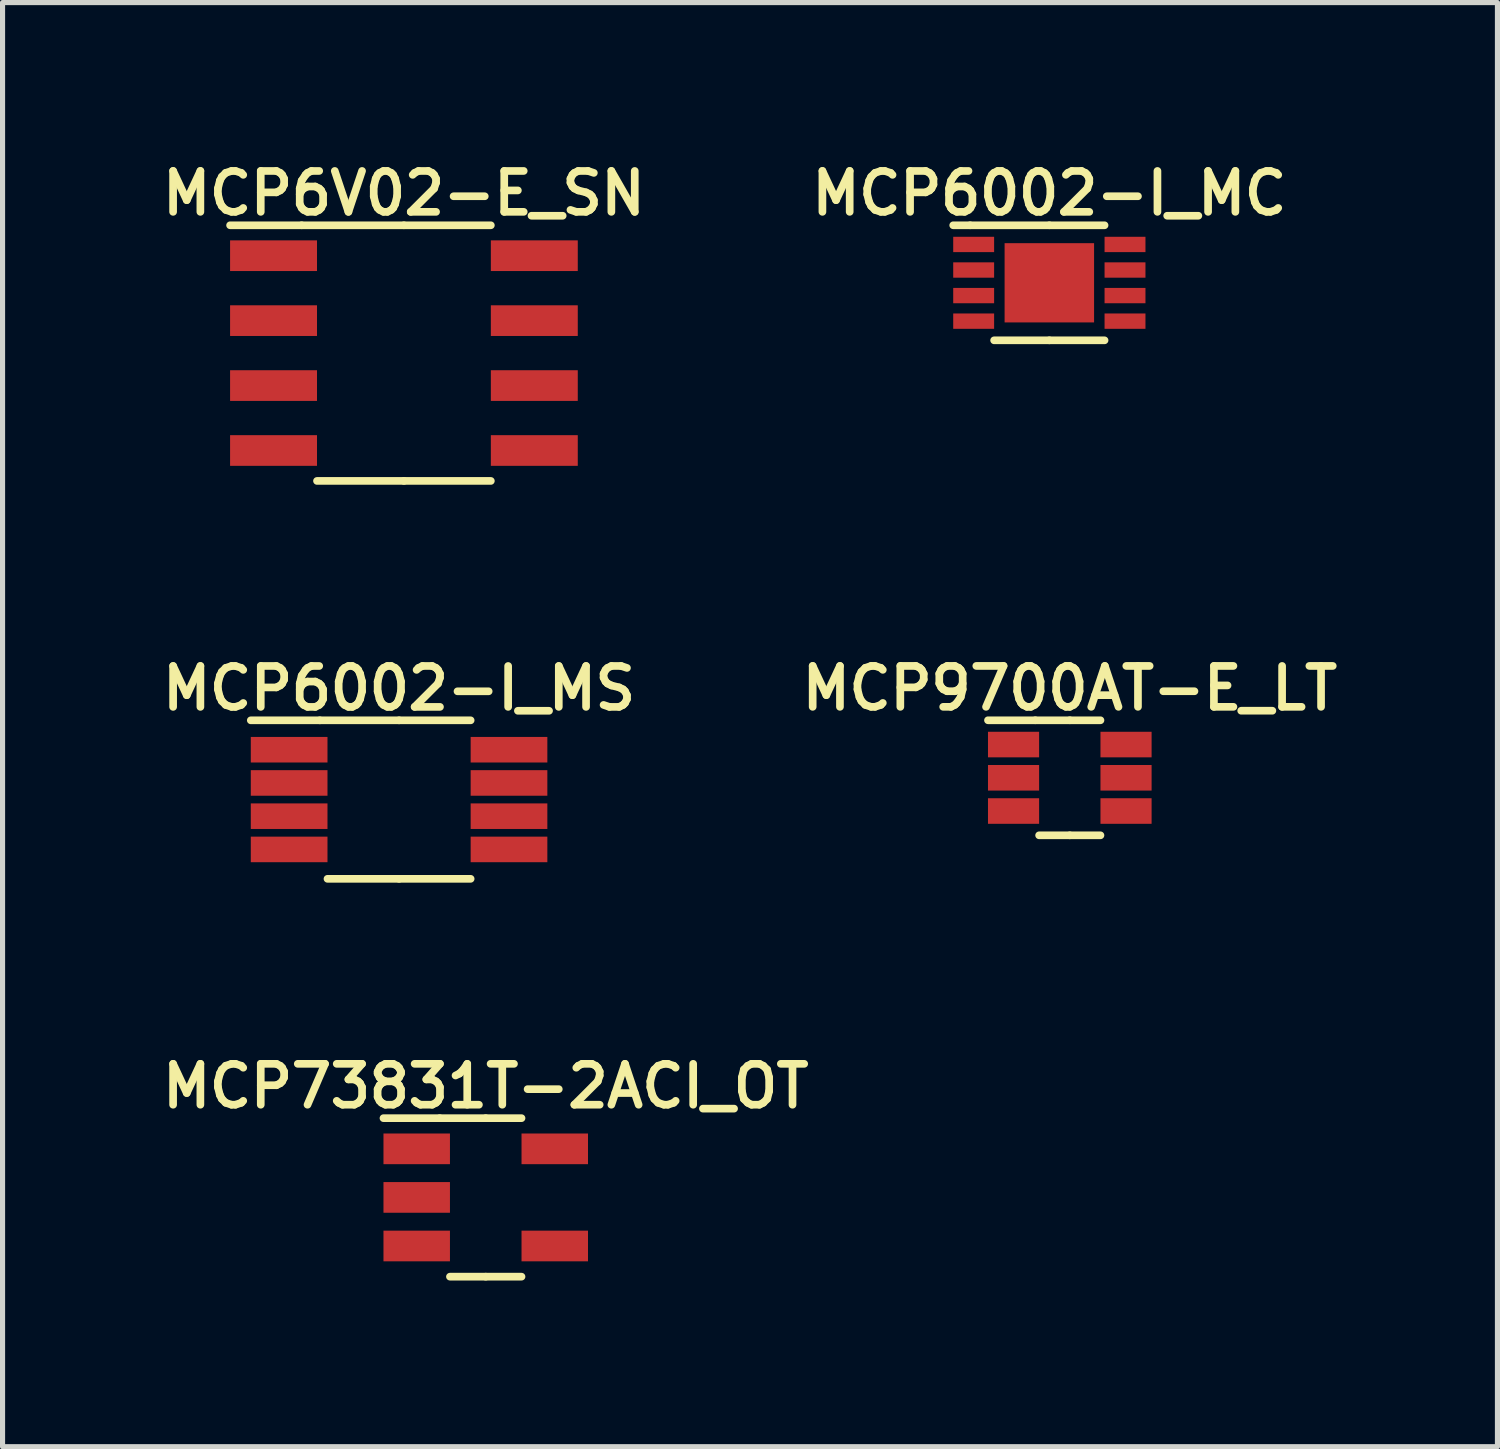
<source format=kicad_pcb>
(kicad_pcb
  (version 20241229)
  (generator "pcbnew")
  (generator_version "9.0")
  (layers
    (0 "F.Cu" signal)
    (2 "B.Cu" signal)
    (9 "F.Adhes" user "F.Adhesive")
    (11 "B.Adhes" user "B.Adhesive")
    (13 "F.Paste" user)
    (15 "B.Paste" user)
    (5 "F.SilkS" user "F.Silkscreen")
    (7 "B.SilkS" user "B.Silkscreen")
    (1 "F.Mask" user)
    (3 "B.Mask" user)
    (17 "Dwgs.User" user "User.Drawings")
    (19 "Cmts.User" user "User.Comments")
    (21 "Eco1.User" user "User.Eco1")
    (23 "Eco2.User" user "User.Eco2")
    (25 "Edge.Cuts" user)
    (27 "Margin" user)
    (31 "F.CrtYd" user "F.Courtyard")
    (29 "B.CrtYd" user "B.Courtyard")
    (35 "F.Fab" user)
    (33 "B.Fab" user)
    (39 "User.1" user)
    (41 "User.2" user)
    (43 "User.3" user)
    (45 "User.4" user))
  (footprint "MCP6V02-E_SN"
    (layer "F.Cu")
    (at 4.85 3.856)
    (property "Reference" "MCP6V02-E_SN" (at 0 -3.125 0) (layer "F.SilkS") (effects (font (size 0.8 0.8) (thickness 0.15))))
    (attr through_hole)
    (fp_line (start -2 -2.5) (end -3.4 -2.5) (stroke (width 0.15) (type solid)) (layer "F.SilkS"))
    (fp_line (start -2 -2.5) (end 0 -2.5) (stroke (width 0.15) (type solid)) (layer "F.SilkS"))
    (fp_line (start -1.7 2.5) (end 0 2.5) (stroke (width 0.15) (type solid)) (layer "F.SilkS"))
    (fp_line (start 1.7 -2.5) (end 0 -2.5) (stroke (width 0.15) (type solid)) (layer "F.SilkS"))
    (fp_line (start 1.7 2.5) (end 0 2.5) (stroke (width 0.15) (type solid)) (layer "F.SilkS"))
    (fp_line (start -2 2.5) (end -2 -2) (stroke (width 0.15) (type solid)) (layer "Eco1.User"))
    (fp_line (start -1.5 -2.5) (end -2 -2) (stroke (width 0.15) (type solid)) (layer "Eco1.User"))
    (fp_line (start -1.5 -2.5) (end 2 -2.5) (stroke (width 0.15) (type solid)) (layer "Eco1.User"))
    (fp_line (start 2 -2.5) (end 2 2.5) (stroke (width 0.15) (type solid)) (layer "Eco1.User"))
    (fp_line (start 2 2.5) (end -2 2.5) (stroke (width 0.15) (type solid)) (layer "Eco1.User"))
    (fp_line (start -3.65 -2.75) (end -3.65 2.75) (stroke (width 0.15) (type solid)) (layer "Eco2.User"))
    (fp_line (start -3.65 2.75) (end 3.65 2.75) (stroke (width 0.15) (type solid)) (layer "Eco2.User"))
    (fp_line (start 3.65 -2.75) (end -3.65 -2.75) (stroke (width 0.15) (type solid)) (layer "Eco2.User"))
    (fp_line (start 3.65 2.75) (end 3.65 -2.75) (stroke (width 0.15) (type solid)) (layer "Eco2.User"))
    (pad "1" smd rect (at -2.55 -1.905) (size 1.7 0.6) (layers "F.Cu" "F.Mask" "F.Paste"))
    (pad "2" smd rect (at -2.55 -0.635) (size 1.7 0.6) (layers "F.Cu" "F.Mask" "F.Paste"))
    (pad "3" smd rect (at -2.55 0.635) (size 1.7 0.6) (layers "F.Cu" "F.Mask" "F.Paste"))
    (pad "4" smd rect (at -2.55 1.905) (size 1.7 0.6) (layers "F.Cu" "F.Mask" "F.Paste"))
    (pad "5" smd rect (at 2.55 1.905) (size 1.7 0.6) (layers "F.Cu" "F.Mask" "F.Paste"))
    (pad "6" smd rect (at 2.55 0.635) (size 1.7 0.6) (layers "F.Cu" "F.Mask" "F.Paste"))
    (pad "7" smd rect (at 2.55 -0.635) (size 1.7 0.6) (layers "F.Cu" "F.Mask" "F.Paste"))
    (pad "8" smd rect (at 2.55 -1.905) (size 1.7 0.6) (layers "F.Cu" "F.Mask" "F.Paste")))
  (footprint "MCP6002-I_MC"
    (layer "F.Cu")
    (at 17.473 2.481)
    (property "Reference" "MCP6002-I_MC" (at 0 -1.75 0) (layer "F.SilkS") (effects (font (size 0.8 0.8) (thickness 0.15))))
    (attr through_hole)
    (fp_line (start -1.55 -1.125) (end -1.88 -1.125) (stroke (width 0.15) (type solid)) (layer "F.SilkS"))
    (fp_line (start -1.55 -1.125) (end 0 -1.125) (stroke (width 0.15) (type solid)) (layer "F.SilkS"))
    (fp_line (start -1.08 1.125) (end 0 1.125) (stroke (width 0.15) (type solid)) (layer "F.SilkS"))
    (fp_line (start 1.08 -1.125) (end 0 -1.125) (stroke (width 0.15) (type solid)) (layer "F.SilkS"))
    (fp_line (start 1.08 1.125) (end 0 1.125) (stroke (width 0.15) (type solid)) (layer "F.SilkS"))
    (fp_line (start -1.55 1.05) (end -1.55 -0.55) (stroke (width 0.15) (type solid)) (layer "Eco1.User"))
    (fp_line (start -1.05 -1.05) (end -1.55 -0.55) (stroke (width 0.15) (type solid)) (layer "Eco1.User"))
    (fp_line (start -1.05 -1.05) (end 1.55 -1.05) (stroke (width 0.15) (type solid)) (layer "Eco1.User"))
    (fp_line (start 1.55 -1.05) (end 1.55 1.05) (stroke (width 0.15) (type solid)) (layer "Eco1.User"))
    (fp_line (start 1.55 1.05) (end -1.55 1.05) (stroke (width 0.15) (type solid)) (layer "Eco1.User"))
    (fp_line (start -2.15 -1.3) (end -2.15 1.3) (stroke (width 0.15) (type solid)) (layer "Eco2.User"))
    (fp_line (start -2.15 1.3) (end 2.15 1.3) (stroke (width 0.15) (type solid)) (layer "Eco2.User"))
    (fp_line (start 2.15 -1.3) (end -2.15 -1.3) (stroke (width 0.15) (type solid)) (layer "Eco2.User"))
    (fp_line (start 2.15 1.3) (end 2.15 -1.3) (stroke (width 0.15) (type solid)) (layer "Eco2.User"))
    (pad "1" smd rect (at -1.48 -0.75) (size 0.8 0.3) (layers "F.Cu" "F.Mask" "F.Paste"))
    (pad "2" smd rect (at -1.48 -0.25) (size 0.8 0.3) (layers "F.Cu" "F.Mask" "F.Paste"))
    (pad "3" smd rect (at -1.48 0.25) (size 0.8 0.3) (layers "F.Cu" "F.Mask" "F.Paste"))
    (pad "4" smd rect (at -1.48 0.75) (size 0.8 0.3) (layers "F.Cu" "F.Mask" "F.Paste"))
    (pad "5" smd rect (at 1.48 0.75) (size 0.8 0.3) (layers "F.Cu" "F.Mask" "F.Paste"))
    (pad "6" smd rect (at 1.48 0.25) (size 0.8 0.3) (layers "F.Cu" "F.Mask" "F.Paste"))
    (pad "7" smd rect (at 1.48 -0.25) (size 0.8 0.3) (layers "F.Cu" "F.Mask" "F.Paste"))
    (pad "8" smd rect (at 1.48 -0.75) (size 0.8 0.3) (layers "F.Cu" "F.Mask" "F.Paste"))
    (pad "9" smd rect (at 0 0) (size 1.75 1.55) (layers "F.Cu" "F.Mask" "F.Paste")))
  (footprint "MCP73831T-2ACI_OT"
    (layer "F.Cu")
    (at 6.45 20.369)
    (property "Reference" "MCP73831T-2ACI_OT" (at 0 -2.175 0) (layer "F.SilkS") (effects (font (size 0.8 0.8) (thickness 0.15))))
    (attr through_hole)
    (fp_line (start -0.9 -1.55) (end -2 -1.55) (stroke (width 0.15) (type solid)) (layer "F.SilkS"))
    (fp_line (start -0.9 -1.55) (end 0 -1.55) (stroke (width 0.15) (type solid)) (layer "F.SilkS"))
    (fp_line (start -0.7 1.55) (end 0 1.55) (stroke (width 0.15) (type solid)) (layer "F.SilkS"))
    (fp_line (start 0.7 -1.55) (end 0 -1.55) (stroke (width 0.15) (type solid)) (layer "F.SilkS"))
    (fp_line (start 0.7 1.55) (end 0 1.55) (stroke (width 0.15) (type solid)) (layer "F.SilkS"))
    (fp_line (start -0.9 1.55) (end -0.9 -1.05) (stroke (width 0.15) (type solid)) (layer "Eco1.User"))
    (fp_line (start -0.4 -1.55) (end -0.9 -1.05) (stroke (width 0.15) (type solid)) (layer "Eco1.User"))
    (fp_line (start -0.4 -1.55) (end 0.9 -1.55) (stroke (width 0.15) (type solid)) (layer "Eco1.User"))
    (fp_line (start 0.9 -1.55) (end 0.9 1.55) (stroke (width 0.15) (type solid)) (layer "Eco1.User"))
    (fp_line (start 0.9 1.55) (end -0.9 1.55) (stroke (width 0.15) (type solid)) (layer "Eco1.User"))
    (fp_line (start -2.25 -1.8) (end -2.25 1.8) (stroke (width 0.15) (type solid)) (layer "Eco2.User"))
    (fp_line (start -2.25 1.8) (end 2.25 1.8) (stroke (width 0.15) (type solid)) (layer "Eco2.User"))
    (fp_line (start 2.25 -1.8) (end -2.25 -1.8) (stroke (width 0.15) (type solid)) (layer "Eco2.User"))
    (fp_line (start 2.25 1.8) (end 2.25 -1.8) (stroke (width 0.15) (type solid)) (layer "Eco2.User"))
    (pad "1" smd rect (at -1.35 -0.95) (size 1.3 0.6) (layers "F.Cu" "F.Mask" "F.Paste"))
    (pad "2" smd rect (at -1.35 0) (size 1.3 0.6) (layers "F.Cu" "F.Mask" "F.Paste"))
    (pad "3" smd rect (at -1.35 0.95) (size 1.3 0.6) (layers "F.Cu" "F.Mask" "F.Paste"))
    (pad "4" smd rect (at 1.35 0.95) (size 1.3 0.6) (layers "F.Cu" "F.Mask" "F.Paste"))
    (pad "5" smd rect (at 1.35 -0.95) (size 1.3 0.6) (layers "F.Cu" "F.Mask" "F.Paste")))
  (footprint "MCP6002-I_MS"
    (layer "F.Cu")
    (at 4.755 12.588)
    (property "Reference" "MCP6002-I_MS" (at 0 -2.175 0) (layer "F.SilkS") (effects (font (size 0.8 0.8) (thickness 0.15))))
    (attr through_hole)
    (fp_line (start -1.55 -1.55) (end -2.9 -1.55) (stroke (width 0.15) (type solid)) (layer "F.SilkS"))
    (fp_line (start -1.55 -1.55) (end 0 -1.55) (stroke (width 0.15) (type solid)) (layer "F.SilkS"))
    (fp_line (start -1.4 1.55) (end 0 1.55) (stroke (width 0.15) (type solid)) (layer "F.SilkS"))
    (fp_line (start 1.4 -1.55) (end 0 -1.55) (stroke (width 0.15) (type solid)) (layer "F.SilkS"))
    (fp_line (start 1.4 1.55) (end 0 1.55) (stroke (width 0.15) (type solid)) (layer "F.SilkS"))
    (fp_line (start -1.55 1.55) (end -1.55 -1.05) (stroke (width 0.15) (type solid)) (layer "Eco1.User"))
    (fp_line (start -1.05 -1.55) (end -1.55 -1.05) (stroke (width 0.15) (type solid)) (layer "Eco1.User"))
    (fp_line (start -1.05 -1.55) (end 1.55 -1.55) (stroke (width 0.15) (type solid)) (layer "Eco1.User"))
    (fp_line (start 1.55 -1.55) (end 1.55 1.55) (stroke (width 0.15) (type solid)) (layer "Eco1.User"))
    (fp_line (start 1.55 1.55) (end -1.55 1.55) (stroke (width 0.15) (type solid)) (layer "Eco1.User"))
    (fp_line (start -3.15 -1.8) (end -3.15 1.8) (stroke (width 0.15) (type solid)) (layer "Eco2.User"))
    (fp_line (start -3.15 1.8) (end 3.15 1.8) (stroke (width 0.15) (type solid)) (layer "Eco2.User"))
    (fp_line (start 3.15 -1.8) (end -3.15 -1.8) (stroke (width 0.15) (type solid)) (layer "Eco2.User"))
    (fp_line (start 3.15 1.8) (end 3.15 -1.8) (stroke (width 0.15) (type solid)) (layer "Eco2.User"))
    (pad "1" smd rect (at -2.15 -0.975) (size 1.5 0.5) (layers "F.Cu" "F.Mask" "F.Paste"))
    (pad "2" smd rect (at -2.15 -0.325) (size 1.5 0.5) (layers "F.Cu" "F.Mask" "F.Paste"))
    (pad "3" smd rect (at -2.15 0.325) (size 1.5 0.5) (layers "F.Cu" "F.Mask" "F.Paste"))
    (pad "4" smd rect (at -2.15 0.975) (size 1.5 0.5) (layers "F.Cu" "F.Mask" "F.Paste"))
    (pad "5" smd rect (at 2.15 0.975) (size 1.5 0.5) (layers "F.Cu" "F.Mask" "F.Paste"))
    (pad "6" smd rect (at 2.15 0.325) (size 1.5 0.5) (layers "F.Cu" "F.Mask" "F.Paste"))
    (pad "7" smd rect (at 2.15 -0.325) (size 1.5 0.5) (layers "F.Cu" "F.Mask" "F.Paste"))
    (pad "8" smd rect (at 2.15 -0.975) (size 1.5 0.5) (layers "F.Cu" "F.Mask" "F.Paste")))
  (footprint "MCP9700AT-E_LT"
    (layer "F.Cu")
    (at 17.873 12.162)
    (property "Reference" "MCP9700AT-E_LT" (at 0 -1.75 0) (layer "F.SilkS") (effects (font (size 0.8 0.8) (thickness 0.15))))
    (attr through_hole)
    (fp_line (start -0.675 -1.125) (end -1.6 -1.125) (stroke (width 0.15) (type solid)) (layer "F.SilkS"))
    (fp_line (start -0.675 -1.125) (end 0 -1.125) (stroke (width 0.15) (type solid)) (layer "F.SilkS"))
    (fp_line (start -0.6 1.125) (end 0 1.125) (stroke (width 0.15) (type solid)) (layer "F.SilkS"))
    (fp_line (start 0.6 -1.125) (end 0 -1.125) (stroke (width 0.15) (type solid)) (layer "F.SilkS"))
    (fp_line (start 0.6 1.125) (end 0 1.125) (stroke (width 0.15) (type solid)) (layer "F.SilkS"))
    (fp_line (start -0.675 1.125) (end -0.675 -0.625) (stroke (width 0.15) (type solid)) (layer "Eco1.User"))
    (fp_line (start -0.175 -1.125) (end -0.675 -0.625) (stroke (width 0.15) (type solid)) (layer "Eco1.User"))
    (fp_line (start -0.175 -1.125) (end 0.675 -1.125) (stroke (width 0.15) (type solid)) (layer "Eco1.User"))
    (fp_line (start 0.675 -1.125) (end 0.675 1.125) (stroke (width 0.15) (type solid)) (layer "Eco1.User"))
    (fp_line (start 0.675 1.125) (end -0.675 1.125) (stroke (width 0.15) (type solid)) (layer "Eco1.User"))
    (fp_line (start -1.85 -1.4) (end -1.85 1.4) (stroke (width 0.15) (type solid)) (layer "Eco2.User"))
    (fp_line (start -1.85 1.4) (end 1.85 1.4) (stroke (width 0.15) (type solid)) (layer "Eco2.User"))
    (fp_line (start 1.85 -1.4) (end -1.85 -1.4) (stroke (width 0.15) (type solid)) (layer "Eco2.User"))
    (fp_line (start 1.85 1.4) (end 1.85 -1.4) (stroke (width 0.15) (type solid)) (layer "Eco2.User"))
    (pad "1" smd rect (at -1.1 -0.65) (size 1 0.5) (layers "F.Cu" "F.Mask" "F.Paste"))
    (pad "2" smd rect (at -1.1 0) (size 1 0.5) (layers "F.Cu" "F.Mask" "F.Paste"))
    (pad "3" smd rect (at -1.1 0.65) (size 1 0.5) (layers "F.Cu" "F.Mask" "F.Paste"))
    (pad "4" smd rect (at 1.1 0.65) (size 1 0.5) (layers "F.Cu" "F.Mask" "F.Paste"))
    (pad "5" smd rect (at 1.1 0) (size 1 0.5) (layers "F.Cu" "F.Mask" "F.Paste"))
    (pad "6" smd rect (at 1.1 -0.65) (size 1 0.5) (layers "F.Cu" "F.Mask" "F.Paste")))
  (gr_rect
    (start -3 -3)
    (end 26.237 25.244)
    (stroke (width 0.1) (type default))
    (fill no)
    (layer "Edge.Cuts")))
</source>
